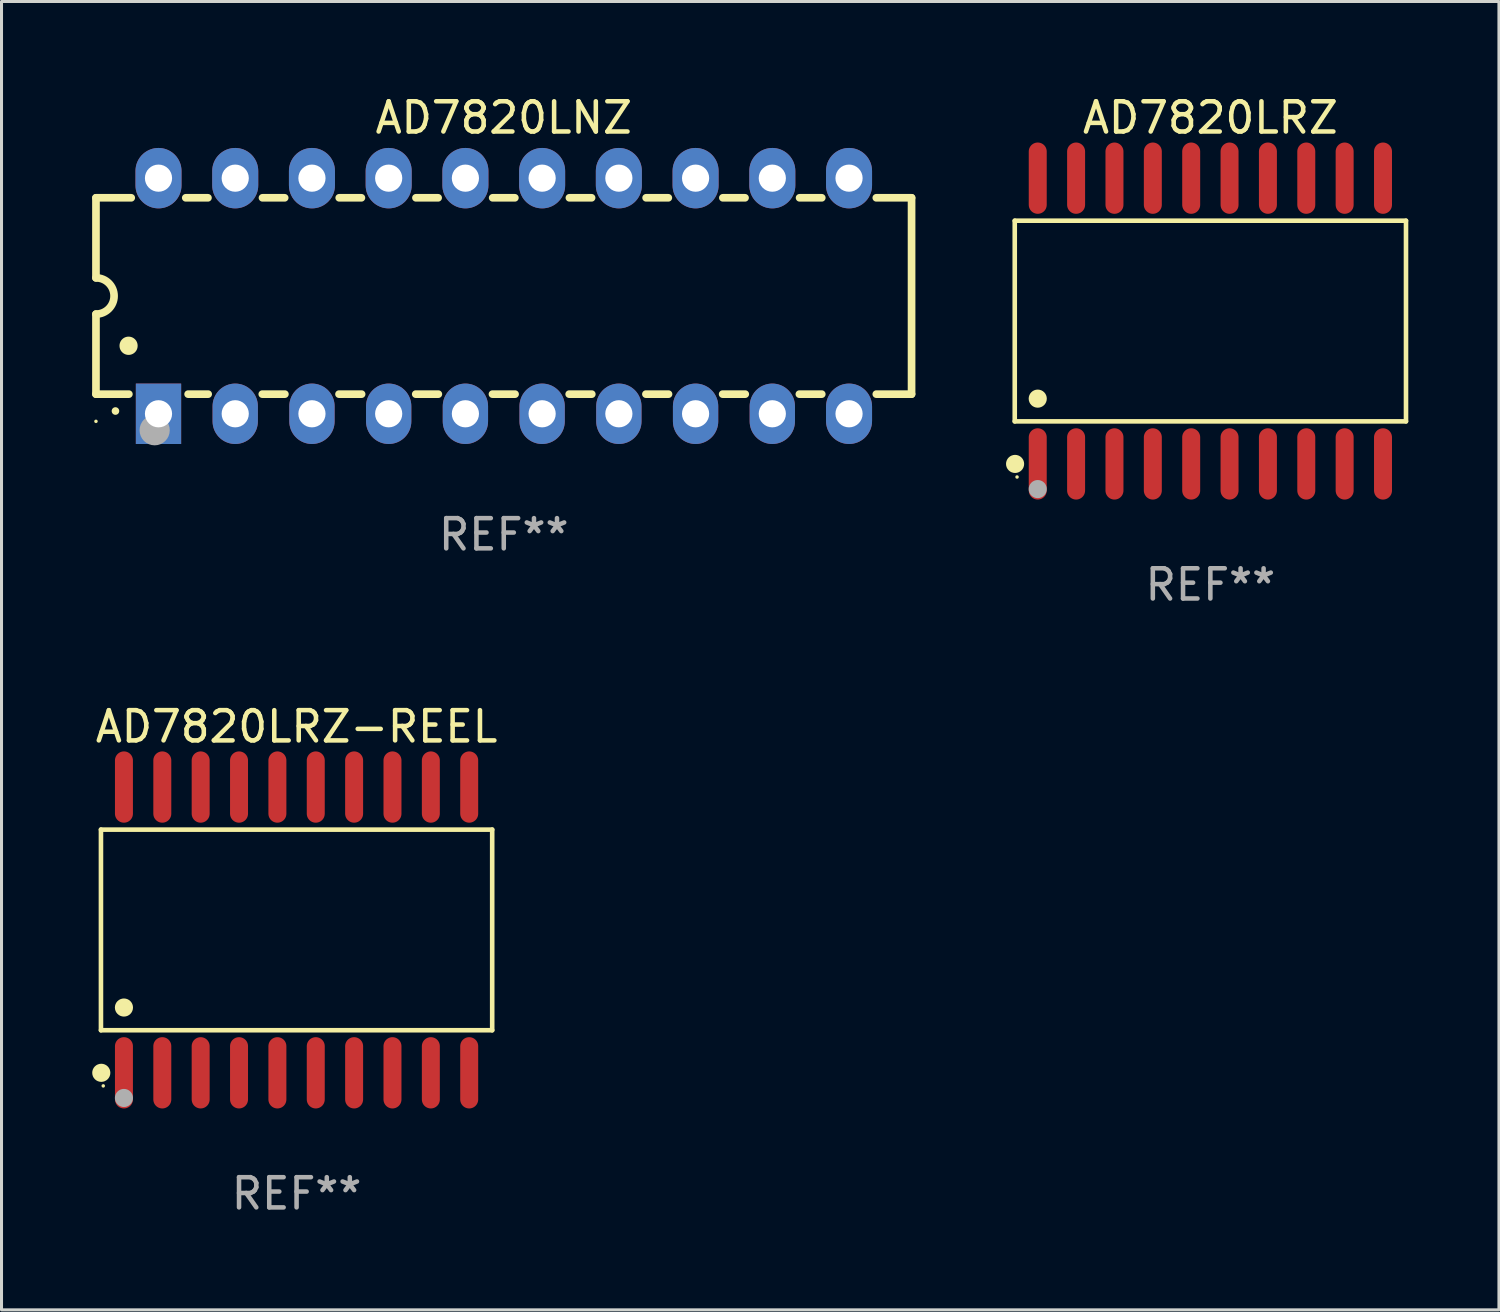
<source format=kicad_pcb>
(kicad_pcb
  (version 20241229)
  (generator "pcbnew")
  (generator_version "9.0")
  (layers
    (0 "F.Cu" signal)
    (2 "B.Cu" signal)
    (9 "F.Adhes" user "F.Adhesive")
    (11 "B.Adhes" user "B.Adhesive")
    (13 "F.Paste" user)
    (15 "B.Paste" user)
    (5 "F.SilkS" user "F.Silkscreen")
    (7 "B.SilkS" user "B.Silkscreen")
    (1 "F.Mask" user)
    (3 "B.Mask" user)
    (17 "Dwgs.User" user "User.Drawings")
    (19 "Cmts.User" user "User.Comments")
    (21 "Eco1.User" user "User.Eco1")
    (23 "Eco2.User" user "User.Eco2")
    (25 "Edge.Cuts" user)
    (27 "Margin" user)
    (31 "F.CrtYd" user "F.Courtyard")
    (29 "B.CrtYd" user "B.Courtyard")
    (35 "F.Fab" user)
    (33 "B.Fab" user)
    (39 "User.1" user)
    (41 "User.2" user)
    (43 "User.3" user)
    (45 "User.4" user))
  (footprint "AD7820LRZ-REEL"
    (layer "F.Cu")
    (at 6.768 27.735)
    (property "Reference" "AD7820LRZ-REEL" (at 0 -6.73 0) (layer "F.SilkS") (effects (font (size 1 1) (thickness 0.15))))
    (attr through_hole)
    (fp_line (start -6.476 -3.321) (end 6.476 -3.321) (stroke (width 0.152) (type solid)) (layer "F.SilkS"))
    (fp_line (start -6.476 3.321) (end -6.476 -3.321) (stroke (width 0.152) (type solid)) (layer "F.SilkS"))
    (fp_line (start 6.476 -3.321) (end 6.476 3.321) (stroke (width 0.152) (type solid)) (layer "F.SilkS"))
    (fp_line (start 6.476 3.321) (end -6.476 3.321) (stroke (width 0.152) (type solid)) (layer "F.SilkS"))
    (fp_circle (center -6.465 4.73) (end -6.315 4.73) (stroke (width 0.3) (type solid)) (fill no) (layer "F.SilkS"))
    (fp_circle (center -6.4 5.163) (end -6.37 5.163) (stroke (width 0.06) (type solid)) (fill no) (layer "F.SilkS"))
    (fp_circle (center -5.715 2.569) (end -5.565 2.569) (stroke (width 0.3) (type solid)) (fill no) (layer "F.SilkS"))
    (fp_circle (center -5.715 5.563) (end -5.565 5.563) (stroke (width 0.3) (type solid)) (fill no) (layer "F.Fab"))
    (fp_text user "REF**" (at 0 8.73 0) (layer "F.Fab") (effects (font (size 1 1) (thickness 0.15))))
    (pad "1" smd oval (at -5.715 4.73) (size 0.595 2.36) (layers "F.Cu" "F.Mask" "F.Paste"))
    (pad "2" smd oval (at -4.445 4.73) (size 0.595 2.36) (layers "F.Cu" "F.Mask" "F.Paste"))
    (pad "3" smd oval (at -3.175 4.73) (size 0.595 2.36) (layers "F.Cu" "F.Mask" "F.Paste"))
    (pad "4" smd oval (at -1.905 4.73) (size 0.595 2.36) (layers "F.Cu" "F.Mask" "F.Paste"))
    (pad "5" smd oval (at -0.635 4.73) (size 0.595 2.36) (layers "F.Cu" "F.Mask" "F.Paste"))
    (pad "6" smd oval (at 0.635 4.73) (size 0.595 2.36) (layers "F.Cu" "F.Mask" "F.Paste"))
    (pad "7" smd oval (at 1.905 4.73) (size 0.595 2.36) (layers "F.Cu" "F.Mask" "F.Paste"))
    (pad "8" smd oval (at 3.175 4.73) (size 0.595 2.36) (layers "F.Cu" "F.Mask" "F.Paste"))
    (pad "9" smd oval (at 4.445 4.73) (size 0.595 2.36) (layers "F.Cu" "F.Mask" "F.Paste"))
    (pad "10" smd oval (at 5.715 4.73) (size 0.595 2.36) (layers "F.Cu" "F.Mask" "F.Paste"))
    (pad "11" smd oval (at 5.715 -4.73) (size 0.595 2.36) (layers "F.Cu" "F.Mask" "F.Paste"))
    (pad "12" smd oval (at 4.445 -4.73) (size 0.595 2.36) (layers "F.Cu" "F.Mask" "F.Paste"))
    (pad "13" smd oval (at 3.175 -4.73) (size 0.595 2.36) (layers "F.Cu" "F.Mask" "F.Paste"))
    (pad "14" smd oval (at 1.905 -4.73) (size 0.595 2.36) (layers "F.Cu" "F.Mask" "F.Paste"))
    (pad "15" smd oval (at 0.635 -4.73) (size 0.595 2.36) (layers "F.Cu" "F.Mask" "F.Paste"))
    (pad "16" smd oval (at -0.635 -4.73) (size 0.595 2.36) (layers "F.Cu" "F.Mask" "F.Paste"))
    (pad "17" smd oval (at -1.905 -4.73) (size 0.595 2.36) (layers "F.Cu" "F.Mask" "F.Paste"))
    (pad "18" smd oval (at -3.175 -4.73) (size 0.595 2.36) (layers "F.Cu" "F.Mask" "F.Paste"))
    (pad "19" smd oval (at -4.445 -4.73) (size 0.595 2.36) (layers "F.Cu" "F.Mask" "F.Paste"))
    (pad "20" smd oval (at -5.715 -4.73) (size 0.595 2.36) (layers "F.Cu" "F.Mask" "F.Paste")))
  (footprint "AD7820LRZ"
    (layer "F.Cu")
    (at 37.019 7.578)
    (property "Reference" "AD7820LRZ" (at 0 -6.73 0) (layer "F.SilkS") (effects (font (size 1 1) (thickness 0.15))))
    (attr through_hole)
    (fp_line (start -6.476 -3.321) (end 6.476 -3.321) (stroke (width 0.152) (type solid)) (layer "F.SilkS"))
    (fp_line (start -6.476 3.321) (end -6.476 -3.321) (stroke (width 0.152) (type solid)) (layer "F.SilkS"))
    (fp_line (start 6.476 -3.321) (end 6.476 3.321) (stroke (width 0.152) (type solid)) (layer "F.SilkS"))
    (fp_line (start 6.476 3.321) (end -6.476 3.321) (stroke (width 0.152) (type solid)) (layer "F.SilkS"))
    (fp_circle (center -6.465 4.73) (end -6.315 4.73) (stroke (width 0.3) (type solid)) (fill no) (layer "F.SilkS"))
    (fp_circle (center -6.4 5.163) (end -6.37 5.163) (stroke (width 0.06) (type solid)) (fill no) (layer "F.SilkS"))
    (fp_circle (center -5.715 2.569) (end -5.565 2.569) (stroke (width 0.3) (type solid)) (fill no) (layer "F.SilkS"))
    (fp_circle (center -5.715 5.563) (end -5.565 5.563) (stroke (width 0.3) (type solid)) (fill no) (layer "F.Fab"))
    (fp_text user "REF**" (at 0 8.73 0) (layer "F.Fab") (effects (font (size 1 1) (thickness 0.15))))
    (pad "1" smd oval (at -5.715 4.73) (size 0.595 2.36) (layers "F.Cu" "F.Mask" "F.Paste"))
    (pad "2" smd oval (at -4.445 4.73) (size 0.595 2.36) (layers "F.Cu" "F.Mask" "F.Paste"))
    (pad "3" smd oval (at -3.175 4.73) (size 0.595 2.36) (layers "F.Cu" "F.Mask" "F.Paste"))
    (pad "4" smd oval (at -1.905 4.73) (size 0.595 2.36) (layers "F.Cu" "F.Mask" "F.Paste"))
    (pad "5" smd oval (at -0.635 4.73) (size 0.595 2.36) (layers "F.Cu" "F.Mask" "F.Paste"))
    (pad "6" smd oval (at 0.635 4.73) (size 0.595 2.36) (layers "F.Cu" "F.Mask" "F.Paste"))
    (pad "7" smd oval (at 1.905 4.73) (size 0.595 2.36) (layers "F.Cu" "F.Mask" "F.Paste"))
    (pad "8" smd oval (at 3.175 4.73) (size 0.595 2.36) (layers "F.Cu" "F.Mask" "F.Paste"))
    (pad "9" smd oval (at 4.445 4.73) (size 0.595 2.36) (layers "F.Cu" "F.Mask" "F.Paste"))
    (pad "10" smd oval (at 5.715 4.73) (size 0.595 2.36) (layers "F.Cu" "F.Mask" "F.Paste"))
    (pad "11" smd oval (at 5.715 -4.73) (size 0.595 2.36) (layers "F.Cu" "F.Mask" "F.Paste"))
    (pad "12" smd oval (at 4.445 -4.73) (size 0.595 2.36) (layers "F.Cu" "F.Mask" "F.Paste"))
    (pad "13" smd oval (at 3.175 -4.73) (size 0.595 2.36) (layers "F.Cu" "F.Mask" "F.Paste"))
    (pad "14" smd oval (at 1.905 -4.73) (size 0.595 2.36) (layers "F.Cu" "F.Mask" "F.Paste"))
    (pad "15" smd oval (at 0.635 -4.73) (size 0.595 2.36) (layers "F.Cu" "F.Mask" "F.Paste"))
    (pad "16" smd oval (at -0.635 -4.73) (size 0.595 2.36) (layers "F.Cu" "F.Mask" "F.Paste"))
    (pad "17" smd oval (at -1.905 -4.73) (size 0.595 2.36) (layers "F.Cu" "F.Mask" "F.Paste"))
    (pad "18" smd oval (at -3.175 -4.73) (size 0.595 2.36) (layers "F.Cu" "F.Mask" "F.Paste"))
    (pad "19" smd oval (at -4.445 -4.73) (size 0.595 2.36) (layers "F.Cu" "F.Mask" "F.Paste"))
    (pad "20" smd oval (at -5.715 -4.73) (size 0.595 2.36) (layers "F.Cu" "F.Mask" "F.Paste")))
  (footprint "AD7820LNZ"
    (layer "F.Cu")
    (at 13.627 6.748)
    (property "Reference" "AD7820LNZ" (at 0 -5.9 0) (layer "F.SilkS") (effects (font (size 1 1) (thickness 0.15))))
    (attr through_hole)
    (fp_line (start -13.5 -3.25) (end -12.333 -3.25) (stroke (width 0.254) (type solid)) (layer "F.SilkS"))
    (fp_line (start -13.5 -0.6) (end -13.5 -3.25) (stroke (width 0.254) (type solid)) (layer "F.SilkS"))
    (fp_line (start -13.5 3.25) (end -13.5 0.6) (stroke (width 0.254) (type solid)) (layer "F.SilkS"))
    (fp_line (start -13.5 3.25) (end -12.411 3.25) (stroke (width 0.254) (type solid)) (layer "F.SilkS"))
    (fp_line (start -10.527 -3.25) (end -9.793 -3.25) (stroke (width 0.254) (type solid)) (layer "F.SilkS"))
    (fp_line (start -10.449 3.25) (end -9.786 3.25) (stroke (width 0.254) (type solid)) (layer "F.SilkS"))
    (fp_line (start -7.994 3.25) (end -7.246 3.25) (stroke (width 0.254) (type solid)) (layer "F.SilkS"))
    (fp_line (start -7.987 -3.25) (end -7.253 -3.25) (stroke (width 0.254) (type solid)) (layer "F.SilkS"))
    (fp_line (start -5.454 3.25) (end -4.706 3.25) (stroke (width 0.254) (type solid)) (layer "F.SilkS"))
    (fp_line (start -5.447 -3.25) (end -4.713 -3.25) (stroke (width 0.254) (type solid)) (layer "F.SilkS"))
    (fp_line (start -2.914 3.25) (end -2.166 3.25) (stroke (width 0.254) (type solid)) (layer "F.SilkS"))
    (fp_line (start -2.907 -3.25) (end -2.173 -3.25) (stroke (width 0.254) (type solid)) (layer "F.SilkS"))
    (fp_line (start -0.374 3.25) (end 0.374 3.25) (stroke (width 0.254) (type solid)) (layer "F.SilkS"))
    (fp_line (start -0.367 -3.25) (end 0.367 -3.25) (stroke (width 0.254) (type solid)) (layer "F.SilkS"))
    (fp_line (start 2.166 3.25) (end 2.914 3.25) (stroke (width 0.254) (type solid)) (layer "F.SilkS"))
    (fp_line (start 2.173 -3.25) (end 2.907 -3.25) (stroke (width 0.254) (type solid)) (layer "F.SilkS"))
    (fp_line (start 4.706 3.25) (end 5.454 3.25) (stroke (width 0.254) (type solid)) (layer "F.SilkS"))
    (fp_line (start 4.713 -3.25) (end 5.447 -3.25) (stroke (width 0.254) (type solid)) (layer "F.SilkS"))
    (fp_line (start 7.246 3.25) (end 7.994 3.25) (stroke (width 0.254) (type solid)) (layer "F.SilkS"))
    (fp_line (start 7.253 -3.25) (end 7.987 -3.25) (stroke (width 0.254) (type solid)) (layer "F.SilkS"))
    (fp_line (start 9.786 3.25) (end 10.527 3.25) (stroke (width 0.254) (type solid)) (layer "F.SilkS"))
    (fp_line (start 9.793 -3.25) (end 10.527 -3.25) (stroke (width 0.254) (type solid)) (layer "F.SilkS"))
    (fp_line (start 12.333 -3.25) (end 13.5 -3.25) (stroke (width 0.254) (type solid)) (layer "F.SilkS"))
    (fp_line (start 12.333 3.25) (end 13.5 3.25) (stroke (width 0.254) (type solid)) (layer "F.SilkS"))
    (fp_line (start 13.5 -3.25) (end 13.5 3.25) (stroke (width 0.254) (type solid)) (layer "F.SilkS"))
    (fp_arc (start -13.500127 -0.599442) (mid -12.900406 0.000228) (end -13.500025 0.6) (stroke (width 0.254001) (type solid)) (layer "F.SilkS"))
    (fp_arc (start -12.854966 3.810008) (mid -12.854973 3.808738) (end -12.854966 3.807468) (stroke (width 0.25) (type solid)) (layer "F.SilkS"))
    (fp_arc (start -12.420625 1.651003) (mid -12.420636 1.648463) (end -12.420625 1.645923) (stroke (width 0.6) (type solid)) (layer "F.SilkS"))
    (fp_circle (center -13.5 4.15) (end -13.47 4.15) (stroke (width 0.06) (type solid)) (fill no) (layer "F.SilkS"))
    (fp_circle (center -11.557 4.445) (end -11.307 4.445) (stroke (width 0.5) (type solid)) (fill no) (layer "F.Fab"))
    (fp_text user "REF**" (at 0 7.9 0) (layer "F.Fab") (effects (font (size 1 1) (thickness 0.15))))
    (pad "1" thru_hole rect (at -11.43 3.9 90) (size 2 1.5) (drill 0.9) (layers "*.Cu" "*.Mask"))
    (pad "2" thru_hole oval (at -8.89 3.9 90) (size 2 1.5) (drill 0.9) (layers "*.Cu" "*.Mask"))
    (pad "3" thru_hole oval (at -6.35 3.9 90) (size 2 1.5) (drill 0.9) (layers "*.Cu" "*.Mask"))
    (pad "4" thru_hole oval (at -3.81 3.9 90) (size 2 1.5) (drill 0.9) (layers "*.Cu" "*.Mask"))
    (pad "5" thru_hole oval (at -1.27 3.9 90) (size 2 1.5) (drill 0.9) (layers "*.Cu" "*.Mask"))
    (pad "6" thru_hole oval (at 1.27 3.9 90) (size 2 1.5) (drill 0.9) (layers "*.Cu" "*.Mask"))
    (pad "7" thru_hole oval (at 3.81 3.9 90) (size 2 1.5) (drill 0.9) (layers "*.Cu" "*.Mask"))
    (pad "8" thru_hole oval (at 6.35 3.9 90) (size 2 1.5) (drill 0.9) (layers "*.Cu" "*.Mask"))
    (pad "9" thru_hole oval (at 8.89 3.9 90) (size 2 1.5) (drill 0.9) (layers "*.Cu" "*.Mask"))
    (pad "10" thru_hole oval (at 11.43 3.9 90) (size 2 1.524) (drill 0.9) (layers "*.Cu" "*.Mask"))
    (pad "11" thru_hole oval (at 11.43 -3.9 90) (size 2 1.524) (drill 0.9) (layers "*.Cu" "*.Mask"))
    (pad "12" thru_hole oval (at 8.89 -3.9 90) (size 2 1.524) (drill 0.9) (layers "*.Cu" "*.Mask"))
    (pad "13" thru_hole oval (at 6.35 -3.9 90) (size 2 1.524) (drill 0.9) (layers "*.Cu" "*.Mask"))
    (pad "14" thru_hole oval (at 3.81 -3.9 90) (size 2 1.524) (drill 0.9) (layers "*.Cu" "*.Mask"))
    (pad "15" thru_hole oval (at 1.27 -3.9 90) (size 2 1.524) (drill 0.9) (layers "*.Cu" "*.Mask"))
    (pad "16" thru_hole oval (at -1.27 -3.9 90) (size 2 1.524) (drill 0.9) (layers "*.Cu" "*.Mask"))
    (pad "17" thru_hole oval (at -3.81 -3.9 90) (size 2 1.524) (drill 0.9) (layers "*.Cu" "*.Mask"))
    (pad "18" thru_hole oval (at -6.35 -3.9 90) (size 2 1.524) (drill 0.9) (layers "*.Cu" "*.Mask"))
    (pad "19" thru_hole oval (at -8.89 -3.9 90) (size 2 1.524) (drill 0.9) (layers "*.Cu" "*.Mask"))
    (pad "20" thru_hole oval (at -11.43 -3.9 90) (size 2 1.524) (drill 0.9) (layers "*.Cu" "*.Mask")))
  (gr_rect
    (start -3 -3)
    (end 46.572 40.313)
    (stroke (width 0.1) (type default))
    (fill no)
    (layer "Edge.Cuts")))
</source>
